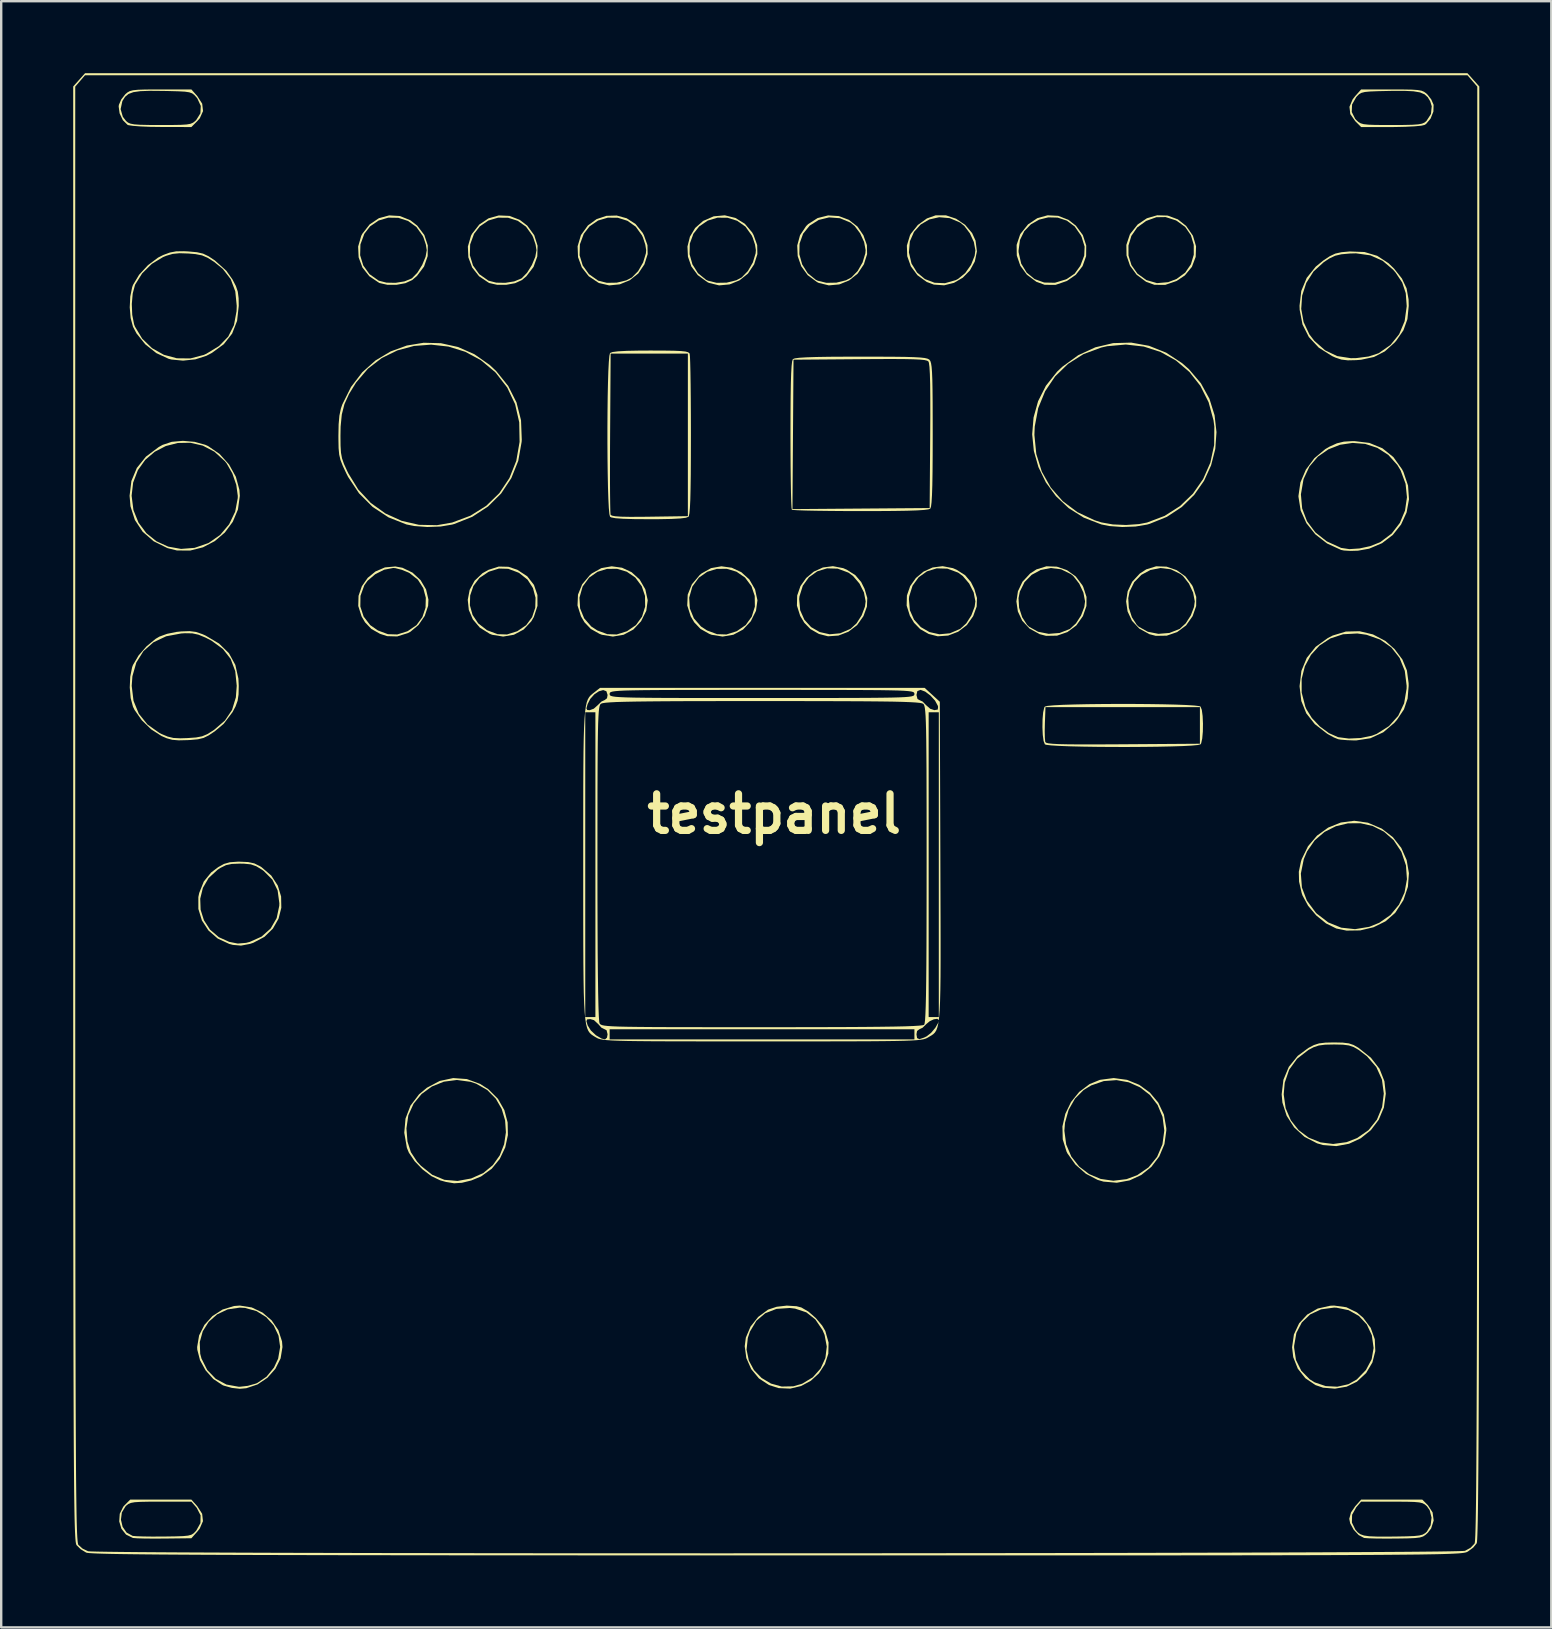
<source format=kicad_pcb>
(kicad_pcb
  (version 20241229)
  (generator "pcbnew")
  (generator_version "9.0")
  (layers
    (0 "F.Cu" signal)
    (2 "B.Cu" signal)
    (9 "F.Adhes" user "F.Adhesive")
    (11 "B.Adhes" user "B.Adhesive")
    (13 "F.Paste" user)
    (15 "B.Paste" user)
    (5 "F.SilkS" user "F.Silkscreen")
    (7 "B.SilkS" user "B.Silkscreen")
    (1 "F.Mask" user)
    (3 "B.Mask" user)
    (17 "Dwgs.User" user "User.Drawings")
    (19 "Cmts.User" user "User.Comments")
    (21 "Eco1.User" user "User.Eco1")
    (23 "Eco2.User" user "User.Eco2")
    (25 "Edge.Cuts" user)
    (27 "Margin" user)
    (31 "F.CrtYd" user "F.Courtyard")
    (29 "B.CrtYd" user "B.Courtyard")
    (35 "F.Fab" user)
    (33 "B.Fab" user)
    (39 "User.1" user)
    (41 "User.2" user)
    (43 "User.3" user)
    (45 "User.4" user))
  (footprint "testpanel"
    (layer "F.Cu")
    (at 29.21 30.861)
    (property "Reference" "testpanel" (at 0 0 0) (layer "F.SilkS") (effects (font (size 1.524 1.524) (thickness 0.3))))
    (attr board_only exclude_from_pos_files exclude_from_bom)
    (fp_poly (pts (xy 7.154 -24.939) (xy 7.576 -24.798) (xy 7.954 -24.543) (xy 8.246 -24.199) (xy 8.389 -23.885) (xy 8.446 -23.438) (xy 8.359 -23.017) (xy 8.154 -22.644) (xy 7.857 -22.34) (xy 7.491 -22.126) (xy 7.081 -22.023) (xy 6.652 -22.052) (xy 6.356 -22.162) (xy 5.969 -22.442) (xy 5.694 -22.811) (xy 5.543 -23.235) (xy 5.537 -23.395) (xy 5.612 -23.395) (xy 5.72 -22.931) (xy 5.952 -22.556) (xy 6.28 -22.283) (xy 6.677 -22.13) (xy 7.113 -22.11) (xy 7.562 -22.238) (xy 7.662 -22.29) (xy 7.96 -22.535) (xy 8.202 -22.878) (xy 8.352 -23.256) (xy 8.382 -23.486) (xy 8.318 -23.828) (xy 8.153 -24.187) (xy 7.923 -24.493) (xy 7.752 -24.635) (xy 7.314 -24.821) (xy 6.875 -24.86) (xy 6.462 -24.767) (xy 6.103 -24.557) (xy 5.823 -24.247) (xy 5.651 -23.852) (xy 5.612 -23.395) (xy 5.537 -23.395) (xy 5.527 -23.678) (xy 5.657 -24.106) (xy 5.692 -24.17) (xy 5.985 -24.537) (xy 6.362 -24.809) (xy 6.727 -24.939)) (stroke (width 0) (type solid)) (fill yes) (layer "F.SilkS"))
    (fp_poly (pts (xy 16.396 -24.928) (xy 16.818 -24.771) (xy 17.163 -24.498) (xy 17.446 -24.09) (xy 17.577 -23.649) (xy 17.561 -23.207) (xy 17.404 -22.792) (xy 17.11 -22.435) (xy 16.767 -22.204) (xy 16.291 -22.04) (xy 15.841 -22.044) (xy 15.495 -22.17) (xy 15.101 -22.463) (xy 14.826 -22.838) (xy 14.68 -23.264) (xy 14.673 -23.68) (xy 14.76 -23.68) (xy 14.762 -23.263) (xy 14.886 -22.862) (xy 15.133 -22.512) (xy 15.502 -22.244) (xy 15.509 -22.24) (xy 15.95 -22.113) (xy 16.414 -22.153) (xy 16.767 -22.288) (xy 17.125 -22.552) (xy 17.363 -22.9) (xy 17.482 -23.298) (xy 17.481 -23.711) (xy 17.363 -24.107) (xy 17.126 -24.452) (xy 16.772 -24.71) (xy 16.73 -24.731) (xy 16.31 -24.866) (xy 15.922 -24.86) (xy 15.507 -24.709) (xy 15.491 -24.701) (xy 15.124 -24.433) (xy 14.881 -24.081) (xy 14.76 -23.68) (xy 14.673 -23.68) (xy 14.673 -23.707) (xy 14.816 -24.135) (xy 14.836 -24.17) (xy 15.145 -24.558) (xy 15.529 -24.817) (xy 15.956 -24.941)) (stroke (width 0) (type solid)) (fill yes) (layer "F.SilkS"))
    (fp_poly (pts (xy -6.342 -10.255) (xy -5.943 -10.069) (xy -5.609 -9.766) (xy -5.372 -9.357) (xy -5.371 -9.354) (xy -5.271 -8.9) (xy -5.331 -8.461) (xy -5.548 -8.025) (xy -5.87 -7.68) (xy -6.274 -7.463) (xy -6.722 -7.387) (xy -7.179 -7.461) (xy -7.279 -7.5) (xy -7.643 -7.705) (xy -7.905 -7.98) (xy -8.052 -8.23) (xy -8.196 -8.682) (xy -8.182 -9.006) (xy -8.115 -9.006) (xy -8.088 -8.559) (xy -7.92 -8.147) (xy -7.623 -7.806) (xy -7.369 -7.641) (xy -6.952 -7.486) (xy -6.563 -7.474) (xy -6.146 -7.605) (xy -6.13 -7.612) (xy -5.763 -7.864) (xy -5.508 -8.217) (xy -5.378 -8.634) (xy -5.384 -9.079) (xy -5.519 -9.483) (xy -5.79 -9.847) (xy -6.143 -10.089) (xy -6.546 -10.21) (xy -6.963 -10.208) (xy -7.363 -10.086) (xy -7.712 -9.842) (xy -7.977 -9.479) (xy -7.989 -9.453) (xy -8.115 -9.006) (xy -8.182 -9.006) (xy -8.177 -9.134) (xy -8.002 -9.565) (xy -7.676 -9.952) (xy -7.6 -10.016) (xy -7.204 -10.238) (xy -6.773 -10.315)) (stroke (width 0) (type solid)) (fill yes) (layer "F.SilkS"))
    (fp_poly (pts (xy -1.77 -10.255) (xy -1.371 -10.069) (xy -1.037 -9.766) (xy -0.8 -9.357) (xy -0.799 -9.354) (xy -0.699 -8.9) (xy -0.759 -8.461) (xy -0.976 -8.025) (xy -1.298 -7.68) (xy -1.702 -7.463) (xy -2.15 -7.387) (xy -2.607 -7.461) (xy -2.707 -7.5) (xy -3.071 -7.705) (xy -3.333 -7.98) (xy -3.48 -8.23) (xy -3.624 -8.682) (xy -3.61 -9.006) (xy -3.543 -9.006) (xy -3.516 -8.559) (xy -3.348 -8.147) (xy -3.051 -7.806) (xy -2.797 -7.641) (xy -2.38 -7.486) (xy -1.991 -7.474) (xy -1.574 -7.605) (xy -1.558 -7.612) (xy -1.191 -7.864) (xy -0.936 -8.217) (xy -0.806 -8.634) (xy -0.812 -9.079) (xy -0.947 -9.483) (xy -1.218 -9.847) (xy -1.571 -10.089) (xy -1.974 -10.21) (xy -2.391 -10.208) (xy -2.791 -10.086) (xy -3.14 -9.842) (xy -3.405 -9.479) (xy -3.417 -9.453) (xy -3.543 -9.006) (xy -3.61 -9.006) (xy -3.605 -9.134) (xy -3.43 -9.565) (xy -3.104 -9.952) (xy -3.028 -10.016) (xy -2.632 -10.238) (xy -2.201 -10.315)) (stroke (width 0) (type solid)) (fill yes) (layer "F.SilkS"))
    (fp_poly (pts (xy 11.835 -24.917) (xy 12.263 -24.749) (xy 12.57 -24.508) (xy 12.861 -24.112) (xy 13.001 -23.679) (xy 12.996 -23.24) (xy 12.849 -22.824) (xy 12.567 -22.462) (xy 12.195 -22.204) (xy 11.719 -22.04) (xy 11.269 -22.044) (xy 10.923 -22.17) (xy 10.529 -22.463) (xy 10.254 -22.838) (xy 10.108 -23.264) (xy 10.104 -23.466) (xy 10.181 -23.466) (xy 10.184 -23.395) (xy 10.291 -22.926) (xy 10.521 -22.551) (xy 10.849 -22.283) (xy 11.249 -22.138) (xy 11.695 -22.129) (xy 12.16 -22.271) (xy 12.195 -22.288) (xy 12.519 -22.509) (xy 12.745 -22.821) (xy 12.764 -22.857) (xy 12.918 -23.264) (xy 12.934 -23.634) (xy 12.812 -24.029) (xy 12.779 -24.1) (xy 12.52 -24.474) (xy 12.188 -24.72) (xy 11.812 -24.844) (xy 11.419 -24.854) (xy 11.038 -24.759) (xy 10.695 -24.564) (xy 10.419 -24.279) (xy 10.239 -23.91) (xy 10.181 -23.466) (xy 10.104 -23.466) (xy 10.101 -23.707) (xy 10.244 -24.135) (xy 10.264 -24.17) (xy 10.576 -24.561) (xy 10.962 -24.82) (xy 11.391 -24.94)) (stroke (width 0) (type solid)) (fill yes) (layer "F.SilkS"))
    (fp_poly (pts (xy -11.073 -10.294) (xy -10.704 -10.169) (xy -10.293 -9.9) (xy -10.012 -9.541) (xy -9.867 -9.119) (xy -9.865 -8.664) (xy -10.016 -8.204) (xy -10.12 -8.025) (xy -10.442 -7.68) (xy -10.846 -7.463) (xy -11.294 -7.387) (xy -11.751 -7.461) (xy -11.851 -7.5) (xy -12.265 -7.758) (xy -12.557 -8.101) (xy -12.726 -8.497) (xy -12.746 -8.689) (xy -12.681 -8.689) (xy -12.569 -8.29) (xy -12.334 -7.936) (xy -11.976 -7.659) (xy -11.941 -7.641) (xy -11.524 -7.486) (xy -11.135 -7.474) (xy -10.718 -7.605) (xy -10.702 -7.612) (xy -10.337 -7.86) (xy -10.088 -8.197) (xy -9.957 -8.59) (xy -9.945 -9.003) (xy -10.051 -9.404) (xy -10.277 -9.758) (xy -10.623 -10.032) (xy -10.665 -10.054) (xy -11.082 -10.21) (xy -11.47 -10.221) (xy -11.887 -10.091) (xy -11.904 -10.083) (xy -12.281 -9.831) (xy -12.536 -9.493) (xy -12.669 -9.101) (xy -12.681 -8.689) (xy -12.746 -8.689) (xy -12.77 -8.918) (xy -12.69 -9.333) (xy -12.485 -9.713) (xy -12.154 -10.027) (xy -11.905 -10.167) (xy -11.476 -10.304)) (stroke (width 0) (type solid)) (fill yes) (layer "F.SilkS"))
    (fp_poly (pts (xy 2.692 -24.908) (xy 3.111 -24.75) (xy 3.47 -24.469) (xy 3.715 -24.109) (xy 3.862 -23.698) (xy 3.87 -23.319) (xy 3.74 -22.91) (xy 3.733 -22.893) (xy 3.477 -22.51) (xy 3.124 -22.228) (xy 2.711 -22.06) (xy 2.276 -22.02) (xy 1.854 -22.123) (xy 1.784 -22.157) (xy 1.395 -22.445) (xy 1.125 -22.817) (xy 0.978 -23.24) (xy 0.975 -23.319) (xy 1.046 -23.319) (xy 1.164 -22.895) (xy 1.396 -22.527) (xy 1.73 -22.255) (xy 1.81 -22.215) (xy 2.173 -22.126) (xy 2.592 -22.134) (xy 2.99 -22.232) (xy 3.214 -22.349) (xy 3.474 -22.616) (xy 3.682 -22.976) (xy 3.797 -23.355) (xy 3.808 -23.489) (xy 3.746 -23.827) (xy 3.582 -24.185) (xy 3.353 -24.491) (xy 3.18 -24.635) (xy 2.741 -24.818) (xy 2.287 -24.853) (xy 1.854 -24.747) (xy 1.477 -24.509) (xy 1.203 -24.172) (xy 1.055 -23.758) (xy 1.046 -23.319) (xy 0.975 -23.319) (xy 0.959 -23.681) (xy 1.075 -24.109) (xy 1.329 -24.489) (xy 1.412 -24.571) (xy 1.808 -24.825) (xy 2.246 -24.935)) (stroke (width 0) (type solid)) (fill yes) (layer "F.SilkS"))
    (fp_poly (pts (xy 2.875 -10.237) (xy 3.03 -10.169) (xy 3.382 -9.943) (xy 3.624 -9.658) (xy 3.764 -9.376) (xy 3.877 -8.993) (xy 3.863 -8.636) (xy 3.719 -8.241) (xy 3.715 -8.234) (xy 3.453 -7.863) (xy 3.093 -7.589) (xy 2.677 -7.429) (xy 2.242 -7.398) (xy 1.865 -7.495) (xy 1.51 -7.697) (xy 1.254 -7.961) (xy 1.082 -8.249) (xy 0.946 -8.677) (xy 0.953 -8.947) (xy 1.04 -8.947) (xy 1.081 -8.484) (xy 1.255 -8.09) (xy 1.536 -7.781) (xy 1.896 -7.574) (xy 2.31 -7.482) (xy 2.749 -7.523) (xy 3.18 -7.708) (xy 3.431 -7.939) (xy 3.643 -8.271) (xy 3.78 -8.632) (xy 3.81 -8.856) (xy 3.739 -9.224) (xy 3.551 -9.597) (xy 3.284 -9.911) (xy 3.09 -10.052) (xy 2.644 -10.217) (xy 2.202 -10.229) (xy 1.794 -10.105) (xy 1.447 -9.858) (xy 1.191 -9.505) (xy 1.052 -9.06) (xy 1.04 -8.947) (xy 0.953 -8.947) (xy 0.957 -9.097) (xy 1.092 -9.488) (xy 1.331 -9.827) (xy 1.65 -10.093) (xy 2.028 -10.265) (xy 2.444 -10.32)) (stroke (width 0) (type solid)) (fill yes) (layer "F.SilkS"))
    (fp_poly (pts (xy 7.447 -10.237) (xy 7.602 -10.169) (xy 7.954 -9.943) (xy 8.196 -9.658) (xy 8.336 -9.376) (xy 8.449 -8.993) (xy 8.435 -8.636) (xy 8.291 -8.241) (xy 8.287 -8.234) (xy 8.025 -7.863) (xy 7.665 -7.589) (xy 7.249 -7.429) (xy 6.814 -7.398) (xy 6.437 -7.495) (xy 6.082 -7.697) (xy 5.826 -7.961) (xy 5.654 -8.249) (xy 5.518 -8.677) (xy 5.525 -8.947) (xy 5.612 -8.947) (xy 5.653 -8.484) (xy 5.827 -8.09) (xy 6.108 -7.781) (xy 6.468 -7.574) (xy 6.882 -7.482) (xy 7.321 -7.523) (xy 7.752 -7.708) (xy 8.003 -7.939) (xy 8.215 -8.271) (xy 8.352 -8.632) (xy 8.382 -8.856) (xy 8.311 -9.224) (xy 8.123 -9.597) (xy 7.856 -9.911) (xy 7.662 -10.052) (xy 7.216 -10.217) (xy 6.774 -10.229) (xy 6.366 -10.105) (xy 6.019 -9.858) (xy 5.763 -9.505) (xy 5.624 -9.06) (xy 5.612 -8.947) (xy 5.525 -8.947) (xy 5.529 -9.097) (xy 5.664 -9.488) (xy 5.903 -9.827) (xy 6.222 -10.093) (xy 6.6 -10.265) (xy 7.016 -10.32)) (stroke (width 0) (type solid)) (fill yes) (layer "F.SilkS"))
    (fp_poly (pts (xy 23.838 20.559) (xy 24.28 20.775) (xy 24.537 20.994) (xy 24.855 21.42) (xy 25.024 21.893) (xy 25.046 22.383) (xy 24.925 22.861) (xy 24.664 23.3) (xy 24.278 23.661) (xy 23.853 23.868) (xy 23.364 23.952) (xy 22.869 23.91) (xy 22.554 23.803) (xy 22.132 23.517) (xy 21.816 23.118) (xy 21.626 22.638) (xy 21.58 22.243) (xy 21.663 22.243) (xy 21.74 22.757) (xy 21.962 23.205) (xy 22.311 23.56) (xy 22.522 23.691) (xy 22.98 23.845) (xy 23.462 23.87) (xy 23.921 23.768) (xy 24.275 23.568) (xy 24.656 23.173) (xy 24.894 22.725) (xy 24.975 22.257) (xy 24.902 21.728) (xy 24.691 21.276) (xy 24.361 20.92) (xy 23.932 20.68) (xy 23.425 20.577) (xy 23.326 20.574) (xy 22.784 20.647) (xy 22.332 20.858) (xy 21.985 21.19) (xy 21.757 21.629) (xy 21.664 22.162) (xy 21.663 22.243) (xy 21.58 22.243) (xy 21.578 22.228) (xy 21.655 21.691) (xy 21.871 21.23) (xy 22.209 20.864) (xy 22.647 20.613) (xy 23.167 20.496) (xy 23.326 20.489)) (stroke (width 0) (type solid)) (fill yes) (layer "F.SilkS"))
    (fp_poly (pts (xy -15.49 -10.253) (xy -15.072 -10.051) (xy -14.736 -9.738) (xy -14.507 -9.351) (xy -14.408 -8.924) (xy -14.421 -8.667) (xy -14.562 -8.247) (xy -14.822 -7.869) (xy -15.159 -7.587) (xy -15.267 -7.531) (xy -15.711 -7.392) (xy -16.127 -7.404) (xy -16.423 -7.5) (xy -16.787 -7.705) (xy -17.049 -7.98) (xy -17.196 -8.23) (xy -17.324 -8.636) (xy -17.246 -8.636) (xy -17.108 -8.219) (xy -16.836 -7.865) (xy -16.513 -7.641) (xy -16.096 -7.486) (xy -15.707 -7.474) (xy -15.29 -7.605) (xy -15.274 -7.612) (xy -14.909 -7.86) (xy -14.66 -8.197) (xy -14.529 -8.59) (xy -14.517 -9.003) (xy -14.623 -9.404) (xy -14.849 -9.758) (xy -15.195 -10.032) (xy -15.237 -10.054) (xy -15.517 -10.169) (xy -15.785 -10.237) (xy -15.875 -10.245) (xy -16.251 -10.173) (xy -16.628 -9.983) (xy -16.945 -9.712) (xy -17.08 -9.525) (xy -17.24 -9.082) (xy -17.246 -8.636) (xy -17.324 -8.636) (xy -17.332 -8.66) (xy -17.32 -9.086) (xy -17.182 -9.485) (xy -16.939 -9.832) (xy -16.612 -10.101) (xy -16.221 -10.268) (xy -15.788 -10.308)) (stroke (width 0) (type solid)) (fill yes) (layer "F.SilkS"))
    (fp_poly (pts (xy -1.616 -24.829) (xy -1.223 -24.586) (xy -0.919 -24.224) (xy -0.857 -24.109) (xy -0.71 -23.698) (xy -0.702 -23.319) (xy -0.832 -22.91) (xy -0.839 -22.893) (xy -1.095 -22.51) (xy -1.448 -22.228) (xy -1.861 -22.06) (xy -2.296 -22.02) (xy -2.718 -22.123) (xy -2.788 -22.157) (xy -3.185 -22.447) (xy -3.453 -22.809) (xy -3.595 -23.216) (xy -3.6 -23.32) (xy -3.527 -23.32) (xy -3.409 -22.897) (xy -3.177 -22.528) (xy -2.844 -22.256) (xy -2.762 -22.215) (xy -2.399 -22.126) (xy -1.98 -22.134) (xy -1.582 -22.232) (xy -1.358 -22.349) (xy -1.098 -22.616) (xy -0.89 -22.976) (xy -0.775 -23.355) (xy -0.764 -23.489) (xy -0.8 -23.72) (xy -0.893 -24.001) (xy -0.937 -24.1) (xy -1.198 -24.467) (xy -1.546 -24.713) (xy -1.946 -24.838) (xy -2.365 -24.841) (xy -2.77 -24.72) (xy -3.128 -24.475) (xy -3.369 -24.168) (xy -3.518 -23.757) (xy -3.527 -23.32) (xy -3.6 -23.32) (xy -3.615 -23.639) (xy -3.513 -24.047) (xy -3.294 -24.412) (xy -2.961 -24.706) (xy -2.522 -24.897) (xy -2.06 -24.939)) (stroke (width 0) (type solid)) (fill yes) (layer "F.SilkS"))
    (fp_poly (pts (xy 11.779 -10.299) (xy 12.199 -10.153) (xy 12.565 -9.89) (xy 12.84 -9.524) (xy 12.877 -9.45) (xy 13.012 -9.038) (xy 13.009 -8.66) (xy 12.867 -8.251) (xy 12.859 -8.234) (xy 12.587 -7.849) (xy 12.216 -7.574) (xy 11.785 -7.425) (xy 11.329 -7.417) (xy 11.065 -7.485) (xy 10.64 -7.719) (xy 10.335 -8.044) (xy 10.152 -8.432) (xy 10.091 -8.852) (xy 10.112 -8.986) (xy 10.18 -8.986) (xy 10.204 -8.587) (xy 10.331 -8.193) (xy 10.537 -7.873) (xy 10.619 -7.795) (xy 10.994 -7.587) (xy 11.436 -7.5) (xy 11.894 -7.537) (xy 12.313 -7.701) (xy 12.33 -7.712) (xy 12.575 -7.939) (xy 12.785 -8.266) (xy 12.921 -8.622) (xy 12.952 -8.853) (xy 12.883 -9.218) (xy 12.708 -9.593) (xy 12.465 -9.904) (xy 12.36 -9.991) (xy 11.95 -10.191) (xy 11.521 -10.243) (xy 11.104 -10.161) (xy 10.73 -9.961) (xy 10.43 -9.656) (xy 10.234 -9.26) (xy 10.18 -8.986) (xy 10.112 -8.986) (xy 10.155 -9.275) (xy 10.345 -9.672) (xy 10.663 -10.013) (xy 10.928 -10.186) (xy 11.343 -10.315)) (stroke (width 0) (type solid)) (fill yes) (layer "F.SilkS"))
    (fp_poly (pts (xy 16.351 -10.299) (xy 16.771 -10.153) (xy 17.137 -9.89) (xy 17.412 -9.524) (xy 17.449 -9.45) (xy 17.584 -9.038) (xy 17.581 -8.66) (xy 17.439 -8.251) (xy 17.431 -8.234) (xy 17.159 -7.849) (xy 16.788 -7.574) (xy 16.357 -7.425) (xy 15.901 -7.417) (xy 15.637 -7.485) (xy 15.212 -7.719) (xy 14.907 -8.044) (xy 14.724 -8.432) (xy 14.663 -8.852) (xy 14.684 -8.986) (xy 14.752 -8.986) (xy 14.776 -8.587) (xy 14.903 -8.193) (xy 15.109 -7.873) (xy 15.191 -7.795) (xy 15.566 -7.587) (xy 16.008 -7.5) (xy 16.466 -7.537) (xy 16.885 -7.701) (xy 16.902 -7.712) (xy 17.147 -7.939) (xy 17.357 -8.266) (xy 17.493 -8.622) (xy 17.524 -8.853) (xy 17.455 -9.218) (xy 17.28 -9.593) (xy 17.037 -9.904) (xy 16.932 -9.991) (xy 16.522 -10.191) (xy 16.093 -10.243) (xy 15.676 -10.161) (xy 15.302 -9.961) (xy 15.002 -9.656) (xy 14.806 -9.26) (xy 14.752 -8.986) (xy 14.684 -8.986) (xy 14.727 -9.275) (xy 14.917 -9.672) (xy 15.235 -10.013) (xy 15.5 -10.186) (xy 15.915 -10.315)) (stroke (width 0) (type solid)) (fill yes) (layer "F.SilkS"))
    (fp_poly (pts (xy -15.598 -24.91) (xy -15.166 -24.736) (xy -14.875 -24.51) (xy -14.579 -24.118) (xy -14.435 -23.684) (xy -14.44 -23.237) (xy -14.592 -22.803) (xy -14.888 -22.411) (xy -15.088 -22.24) (xy -15.369 -22.111) (xy -15.736 -22.044) (xy -16.118 -22.044) (xy -16.442 -22.117) (xy -16.468 -22.129) (xy -16.87 -22.399) (xy -17.157 -22.762) (xy -17.316 -23.186) (xy -17.321 -23.276) (xy -17.254 -23.276) (xy -17.125 -22.853) (xy -16.866 -22.49) (xy -16.488 -22.222) (xy -16.468 -22.213) (xy -16.155 -22.133) (xy -15.776 -22.126) (xy -15.404 -22.186) (xy -15.111 -22.306) (xy -15.088 -22.322) (xy -14.868 -22.55) (xy -14.669 -22.87) (xy -14.527 -23.212) (xy -14.478 -23.486) (xy -14.516 -23.722) (xy -14.61 -24.003) (xy -14.646 -24.082) (xy -14.911 -24.455) (xy -15.261 -24.706) (xy -15.662 -24.835) (xy -16.081 -24.842) (xy -16.484 -24.723) (xy -16.839 -24.479) (xy -17.08 -24.168) (xy -17.242 -23.726) (xy -17.254 -23.276) (xy -17.321 -23.276) (xy -17.337 -23.638) (xy -17.208 -24.084) (xy -17.163 -24.17) (xy -16.856 -24.562) (xy -16.473 -24.819) (xy -16.044 -24.936)) (stroke (width 0) (type solid)) (fill yes) (layer "F.SilkS"))
    (fp_poly (pts (xy -11.032 -24.915) (xy -10.605 -24.751) (xy -10.29 -24.508) (xy -10 -24.111) (xy -9.861 -23.674) (xy -9.872 -23.224) (xy -10.029 -22.789) (xy -10.329 -22.398) (xy -10.516 -22.24) (xy -10.797 -22.111) (xy -11.164 -22.044) (xy -11.546 -22.044) (xy -11.87 -22.117) (xy -11.896 -22.129) (xy -12.298 -22.399) (xy -12.585 -22.762) (xy -12.744 -23.186) (xy -12.749 -23.276) (xy -12.682 -23.276) (xy -12.553 -22.853) (xy -12.294 -22.49) (xy -11.916 -22.222) (xy -11.896 -22.213) (xy -11.583 -22.133) (xy -11.204 -22.126) (xy -10.832 -22.186) (xy -10.539 -22.306) (xy -10.516 -22.322) (xy -10.296 -22.55) (xy -10.097 -22.87) (xy -9.955 -23.212) (xy -9.906 -23.486) (xy -9.943 -23.719) (xy -10.037 -24.001) (xy -10.081 -24.1) (xy -10.342 -24.466) (xy -10.689 -24.712) (xy -11.089 -24.838) (xy -11.508 -24.841) (xy -11.912 -24.722) (xy -12.266 -24.479) (xy -12.508 -24.168) (xy -12.67 -23.726) (xy -12.682 -23.276) (xy -12.749 -23.276) (xy -12.765 -23.638) (xy -12.636 -24.084) (xy -12.591 -24.17) (xy -12.287 -24.557) (xy -11.905 -24.813) (xy -11.476 -24.934)) (stroke (width 0) (type solid)) (fill yes) (layer "F.SilkS"))
    (fp_poly (pts (xy -6.148 -24.816) (xy -5.777 -24.576) (xy -5.483 -24.211) (xy -5.429 -24.109) (xy -5.282 -23.698) (xy -5.274 -23.319) (xy -5.404 -22.91) (xy -5.411 -22.893) (xy -5.665 -22.515) (xy -6.02 -22.234) (xy -6.437 -22.063) (xy -6.876 -22.019) (xy -7.298 -22.117) (xy -7.324 -22.129) (xy -7.729 -22.4) (xy -8.016 -22.766) (xy -8.174 -23.194) (xy -8.178 -23.276) (xy -8.11 -23.276) (xy -7.981 -22.853) (xy -7.722 -22.49) (xy -7.344 -22.222) (xy -7.324 -22.213) (xy -6.973 -22.126) (xy -6.562 -22.133) (xy -6.168 -22.227) (xy -5.93 -22.349) (xy -5.67 -22.616) (xy -5.462 -22.976) (xy -5.347 -23.355) (xy -5.336 -23.489) (xy -5.372 -23.72) (xy -5.465 -24.001) (xy -5.509 -24.1) (xy -5.77 -24.466) (xy -6.117 -24.712) (xy -6.517 -24.838) (xy -6.936 -24.841) (xy -7.34 -24.722) (xy -7.694 -24.479) (xy -7.936 -24.168) (xy -8.098 -23.726) (xy -8.11 -23.276) (xy -8.178 -23.276) (xy -8.192 -23.65) (xy -8.057 -24.103) (xy -8.046 -24.125) (xy -7.764 -24.516) (xy -7.402 -24.78) (xy -6.991 -24.918) (xy -6.563 -24.93)) (stroke (width 0) (type solid)) (fill yes) (layer "F.SilkS"))
    (fp_poly (pts (xy 0.928 20.516) (xy 1.128 20.568) (xy 1.426 20.74) (xy 1.735 21.011) (xy 1.998 21.325) (xy 2.128 21.547) (xy 2.265 22.028) (xy 2.254 22.495) (xy 2.113 22.929) (xy 1.864 23.311) (xy 1.526 23.622) (xy 1.12 23.841) (xy 0.666 23.95) (xy 0.185 23.929) (xy -0.218 23.8) (xy -0.638 23.523) (xy -0.958 23.137) (xy -1.162 22.678) (xy -1.21 22.325) (xy -1.152 22.325) (xy -1.059 22.779) (xy -0.843 23.179) (xy -0.527 23.506) (xy -0.134 23.74) (xy 0.312 23.863) (xy 0.791 23.854) (xy 1.166 23.745) (xy 1.608 23.478) (xy 1.934 23.111) (xy 2.132 22.675) (xy 2.19 22.198) (xy 2.099 21.712) (xy 2.011 21.507) (xy 1.712 21.065) (xy 1.337 20.771) (xy 0.871 20.616) (xy 0.646 20.59) (xy 0.094 20.627) (xy -0.373 20.808) (xy -0.745 21.125) (xy -1.011 21.572) (xy -1.1 21.836) (xy -1.152 22.325) (xy -1.21 22.325) (xy -1.229 22.185) (xy -1.183 21.827) (xy -0.988 21.367) (xy -0.667 20.962) (xy -0.264 20.664) (xy -0.249 20.656) (xy 0.104 20.539) (xy 0.524 20.491)) (stroke (width 0) (type solid)) (fill yes) (layer "F.SilkS"))
    (fp_poly (pts (xy -24.038 28.852) (xy -23.837 29.165) (xy -23.803 29.472) (xy -23.938 29.782) (xy -24.038 29.907) (xy -24.285 30.184) (xy -25.414 30.197) (xy -25.849 30.199) (xy -26.235 30.196) (xy -26.535 30.187) (xy -26.709 30.174) (xy -26.723 30.172) (xy -27.007 30.033) (xy -27.2 29.79) (xy -27.292 29.485) (xy -27.287 29.41) (xy -27.221 29.41) (xy -27.152 29.705) (xy -26.987 29.946) (xy -26.739 30.083) (xy -26.725 30.087) (xy -26.574 30.1) (xy -26.293 30.11) (xy -25.918 30.115) (xy -25.488 30.113) (xy -25.414 30.113) (xy -24.957 30.106) (xy -24.639 30.096) (xy -24.426 30.075) (xy -24.288 30.039) (xy -24.193 29.98) (xy -24.108 29.894) (xy -24.08 29.861) (xy -23.908 29.552) (xy -23.902 29.23) (xy -24.062 28.919) (xy -24.08 28.897) (xy -24.285 28.66) (xy -25.56 28.66) (xy -26.052 28.661) (xy -26.405 28.668) (xy -26.646 28.683) (xy -26.806 28.712) (xy -26.913 28.757) (xy -26.997 28.823) (xy -27.026 28.851) (xy -27.183 29.109) (xy -27.221 29.41) (xy -27.287 29.41) (xy -27.27 29.164) (xy -27.125 28.871) (xy -27.068 28.808) (xy -26.835 28.575) (xy -24.285 28.575)) (stroke (width 0) (type solid)) (fill yes) (layer "F.SilkS"))
    (fp_poly (pts (xy -21.772 20.567) (xy -21.32 20.782) (xy -20.941 21.107) (xy -20.662 21.515) (xy -20.509 21.98) (xy -20.49 22.215) (xy -20.568 22.69) (xy -20.787 23.127) (xy -21.117 23.498) (xy -21.531 23.776) (xy -21.998 23.933) (xy -22.267 23.957) (xy -22.6 23.919) (xy -22.935 23.825) (xy -22.993 23.8) (xy -23.371 23.55) (xy -23.693 23.188) (xy -23.926 22.765) (xy -24.039 22.33) (xy -24.045 22.215) (xy -24.011 22.014) (xy -23.937 22.014) (xy -23.918 22.497) (xy -23.864 22.699) (xy -23.623 23.176) (xy -23.269 23.542) (xy -22.824 23.78) (xy -22.312 23.872) (xy -22.267 23.872) (xy -21.934 23.834) (xy -21.597 23.739) (xy -21.538 23.714) (xy -21.156 23.454) (xy -20.845 23.073) (xy -20.67 22.699) (xy -20.587 22.21) (xy -20.655 21.743) (xy -20.854 21.321) (xy -21.166 20.972) (xy -21.572 20.719) (xy -22.052 20.587) (xy -22.267 20.574) (xy -22.774 20.648) (xy -23.212 20.855) (xy -23.565 21.168) (xy -23.813 21.563) (xy -23.937 22.014) (xy -24.011 22.014) (xy -23.964 21.733) (xy -23.742 21.294) (xy -23.407 20.926) (xy -22.987 20.655) (xy -22.509 20.508) (xy -22.267 20.489)) (stroke (width 0) (type solid)) (fill yes) (layer "F.SilkS"))
    (fp_poly (pts (xy 14.701 11.084) (xy 15.21 11.291) (xy 15.651 11.613) (xy 16.002 12.033) (xy 16.238 12.533) (xy 16.337 13.095) (xy 16.339 13.186) (xy 16.26 13.761) (xy 16.045 14.274) (xy 15.716 14.708) (xy 15.297 15.046) (xy 14.809 15.273) (xy 14.276 15.371) (xy 13.721 15.324) (xy 13.477 15.253) (xy 12.988 14.998) (xy 12.553 14.617) (xy 12.222 14.155) (xy 12.182 14.077) (xy 12.022 13.564) (xy 12.014 13.203) (xy 12.09 13.203) (xy 12.166 13.776) (xy 12.378 14.278) (xy 12.704 14.694) (xy 13.12 15.01) (xy 13.603 15.213) (xy 14.131 15.288) (xy 14.681 15.222) (xy 15.127 15.055) (xy 15.599 14.729) (xy 15.954 14.292) (xy 16.177 13.769) (xy 16.254 13.197) (xy 16.181 12.628) (xy 15.974 12.13) (xy 15.655 11.716) (xy 15.247 11.398) (xy 14.776 11.187) (xy 14.263 11.095) (xy 13.732 11.135) (xy 13.207 11.316) (xy 12.892 11.508) (xy 12.532 11.867) (xy 12.267 12.334) (xy 12.117 12.867) (xy 12.09 13.203) (xy 12.014 13.203) (xy 12.009 13.028) (xy 12.129 12.5) (xy 12.366 12.009) (xy 12.708 11.586) (xy 13.14 11.261) (xy 13.571 11.084) (xy 14.147 11.009)) (stroke (width 0) (type solid)) (fill yes) (layer "F.SilkS"))
    (fp_poly (pts (xy 27.238 28.808) (xy 27.433 29.11) (xy 27.478 29.447) (xy 27.373 29.776) (xy 27.238 29.951) (xy 27.137 30.045) (xy 27.037 30.11) (xy 26.903 30.152) (xy 26.704 30.176) (xy 26.407 30.189) (xy 25.979 30.196) (xy 25.885 30.197) (xy 25.451 30.199) (xy 25.064 30.195) (xy 24.765 30.186) (xy 24.59 30.173) (xy 24.577 30.171) (xy 24.353 30.052) (xy 24.145 29.829) (xy 23.999 29.564) (xy 23.992 29.529) (xy 24.07 29.529) (xy 24.216 29.828) (xy 24.314 29.939) (xy 24.425 30.018) (xy 24.577 30.071) (xy 24.798 30.102) (xy 25.116 30.115) (xy 25.559 30.116) (xy 25.885 30.113) (xy 26.344 30.105) (xy 26.666 30.092) (xy 26.882 30.069) (xy 27.024 30.031) (xy 27.125 29.972) (xy 27.195 29.908) (xy 27.351 29.643) (xy 27.39 29.323) (xy 27.31 29.014) (xy 27.195 28.851) (xy 27.112 28.777) (xy 27.016 28.725) (xy 26.878 28.691) (xy 26.668 28.672) (xy 26.357 28.663) (xy 25.916 28.66) (xy 25.729 28.66) (xy 24.454 28.66) (xy 24.25 28.897) (xy 24.079 29.206) (xy 24.07 29.529) (xy 23.992 29.529) (xy 23.961 29.374) (xy 24.032 29.11) (xy 24.208 28.852) (xy 24.455 28.575) (xy 27.005 28.575)) (stroke (width 0) (type solid)) (fill yes) (layer "F.SilkS"))
    (fp_poly (pts (xy -12.808 11.051) (xy -12.257 11.252) (xy -11.915 11.471) (xy -11.511 11.875) (xy -11.244 12.346) (xy -11.108 12.858) (xy -11.097 13.385) (xy -11.208 13.9) (xy -11.435 14.377) (xy -11.773 14.79) (xy -12.218 15.11) (xy -12.623 15.277) (xy -13.013 15.373) (xy -13.337 15.394) (xy -13.678 15.338) (xy -13.918 15.271) (xy -14.284 15.096) (xy -14.654 14.815) (xy -14.983 14.474) (xy -15.224 14.117) (xy -15.306 13.918) (xy -15.415 13.288) (xy -15.399 13.109) (xy -15.325 13.109) (xy -15.282 13.654) (xy -15.139 14.099) (xy -14.879 14.493) (xy -14.722 14.663) (xy -14.251 15.039) (xy -13.744 15.249) (xy -13.195 15.297) (xy -12.626 15.193) (xy -12.12 14.966) (xy -11.723 14.636) (xy -11.434 14.226) (xy -11.253 13.763) (xy -11.18 13.27) (xy -11.213 12.773) (xy -11.355 12.297) (xy -11.603 11.867) (xy -11.958 11.507) (xy -12.419 11.244) (xy -12.656 11.165) (xy -13.222 11.089) (xy -13.766 11.16) (xy -14.263 11.36) (xy -14.692 11.672) (xy -15.027 12.078) (xy -15.246 12.562) (xy -15.325 13.106) (xy -15.325 13.109) (xy -15.399 13.109) (xy -15.363 12.697) (xy -15.156 12.158) (xy -14.799 11.687) (xy -14.471 11.412) (xy -13.937 11.13) (xy -13.376 11.01)) (stroke (width 0) (type solid)) (fill yes) (layer "F.SilkS"))
    (fp_poly (pts (xy -24.155 -15.501) (xy -23.711 -15.379) (xy -23.59 -15.325) (xy -23.11 -14.995) (xy -22.716 -14.557) (xy -22.433 -14.046) (xy -22.284 -13.5) (xy -22.267 -13.25) (xy -22.345 -12.683) (xy -22.561 -12.168) (xy -22.892 -11.721) (xy -23.314 -11.362) (xy -23.803 -11.106) (xy -24.335 -10.971) (xy -24.887 -10.974) (xy -25.281 -11.072) (xy -25.858 -11.358) (xy -26.315 -11.754) (xy -26.64 -12.244) (xy -26.823 -12.815) (xy -26.86 -13.25) (xy -26.86 -13.257) (xy -26.776 -13.257) (xy -26.7 -12.659) (xy -26.489 -12.134) (xy -26.162 -11.696) (xy -25.744 -11.359) (xy -25.254 -11.135) (xy -24.716 -11.039) (xy -24.151 -11.083) (xy -23.58 -11.281) (xy -23.558 -11.293) (xy -23.085 -11.623) (xy -22.712 -12.067) (xy -22.461 -12.59) (xy -22.354 -13.155) (xy -22.352 -13.25) (xy -22.414 -13.707) (xy -22.579 -14.185) (xy -22.818 -14.604) (xy -22.89 -14.694) (xy -23.327 -15.091) (xy -23.814 -15.344) (xy -24.33 -15.462) (xy -24.85 -15.453) (xy -25.351 -15.326) (xy -25.811 -15.089) (xy -26.207 -14.751) (xy -26.515 -14.32) (xy -26.712 -13.804) (xy -26.776 -13.257) (xy -26.86 -13.257) (xy -26.785 -13.869) (xy -26.558 -14.413) (xy -26.179 -14.884) (xy -25.647 -15.283) (xy -25.485 -15.374) (xy -25.104 -15.501) (xy -24.64 -15.542)) (stroke (width 0) (type solid)) (fill yes) (layer "F.SilkS"))
    (fp_poly (pts (xy -21.919 2.009) (xy -21.663 2.065) (xy -21.426 2.182) (xy -21.366 2.22) (xy -20.958 2.571) (xy -20.686 2.988) (xy -20.547 3.444) (xy -20.538 3.914) (xy -20.653 4.368) (xy -20.889 4.781) (xy -21.241 5.125) (xy -21.706 5.373) (xy -21.851 5.421) (xy -22.218 5.49) (xy -22.557 5.46) (xy -22.711 5.419) (xy -23.189 5.196) (xy -23.574 4.86) (xy -23.848 4.44) (xy -23.994 3.965) (xy -23.995 3.536) (xy -23.917 3.536) (xy -23.901 3.995) (xy -23.763 4.434) (xy -23.509 4.825) (xy -23.142 5.139) (xy -22.711 5.334) (xy -22.351 5.405) (xy -22.007 5.376) (xy -21.852 5.336) (xy -21.362 5.116) (xy -20.984 4.779) (xy -20.732 4.344) (xy -20.624 3.833) (xy -20.62 3.725) (xy -20.692 3.191) (xy -20.911 2.742) (xy -21.276 2.376) (xy -21.343 2.328) (xy -21.585 2.182) (xy -21.809 2.105) (xy -22.089 2.077) (xy -22.267 2.074) (xy -22.602 2.087) (xy -22.844 2.138) (xy -23.067 2.248) (xy -23.191 2.328) (xy -23.567 2.674) (xy -23.807 3.086) (xy -23.917 3.536) (xy -23.995 3.536) (xy -23.995 3.466) (xy -23.959 3.295) (xy -23.768 2.819) (xy -23.464 2.445) (xy -23.168 2.22) (xy -22.925 2.086) (xy -22.681 2.017) (xy -22.36 1.994) (xy -22.267 1.994)) (stroke (width 0) (type solid)) (fill yes) (layer "F.SilkS"))
    (fp_poly (pts (xy 24.736 0.369) (xy 24.742 0.371) (xy 25.315 0.616) (xy 25.779 0.973) (xy 26.127 1.418) (xy 26.352 1.926) (xy 26.447 2.474) (xy 26.405 3.038) (xy 26.218 3.594) (xy 25.88 4.118) (xy 25.868 4.132) (xy 25.47 4.479) (xy 24.972 4.725) (xy 24.417 4.857) (xy 23.847 4.865) (xy 23.42 4.777) (xy 22.995 4.567) (xy 22.589 4.237) (xy 22.246 3.832) (xy 22.012 3.4) (xy 21.978 3.299) (xy 21.869 2.824) (xy 21.861 2.489) (xy 21.944 2.489) (xy 21.988 3.07) (xy 22.194 3.614) (xy 22.56 4.109) (xy 22.603 4.154) (xy 23.085 4.524) (xy 23.625 4.743) (xy 24.202 4.805) (xy 24.792 4.708) (xy 25.21 4.54) (xy 25.678 4.214) (xy 26.033 3.783) (xy 26.264 3.277) (xy 26.364 2.722) (xy 26.323 2.149) (xy 26.133 1.585) (xy 26.131 1.583) (xy 25.812 1.1) (xy 25.406 0.742) (xy 24.936 0.506) (xy 24.429 0.392) (xy 23.909 0.395) (xy 23.402 0.516) (xy 22.932 0.752) (xy 22.524 1.101) (xy 22.204 1.561) (xy 22.066 1.887) (xy 21.944 2.489) (xy 21.861 2.489) (xy 21.859 2.413) (xy 21.947 1.99) (xy 21.98 1.887) (xy 22.241 1.351) (xy 22.618 0.908) (xy 23.083 0.573) (xy 23.609 0.362) (xy 24.169 0.289)) (stroke (width 0) (type solid)) (fill yes) (layer "F.SilkS"))
    (fp_poly (pts (xy 23.69 9.533) (xy 23.943 9.564) (xy 24.141 9.631) (xy 24.34 9.746) (xy 24.342 9.747) (xy 24.861 10.161) (xy 25.221 10.622) (xy 25.426 11.141) (xy 25.483 11.662) (xy 25.404 12.235) (xy 25.189 12.746) (xy 24.86 13.18) (xy 24.44 13.518) (xy 23.953 13.746) (xy 23.421 13.845) (xy 22.868 13.8) (xy 22.621 13.729) (xy 22.095 13.458) (xy 21.665 13.066) (xy 21.353 12.583) (xy 21.176 12.034) (xy 21.144 11.689) (xy 21.229 11.689) (xy 21.31 12.267) (xy 21.526 12.769) (xy 21.854 13.182) (xy 22.273 13.493) (xy 22.759 13.689) (xy 23.291 13.756) (xy 23.845 13.681) (xy 24.287 13.51) (xy 24.762 13.18) (xy 25.113 12.742) (xy 25.33 12.216) (xy 25.4 11.655) (xy 25.322 11.07) (xy 25.088 10.552) (xy 24.699 10.101) (xy 24.349 9.835) (xy 24.146 9.718) (xy 23.948 9.65) (xy 23.697 9.618) (xy 23.336 9.61) (xy 23.326 9.61) (xy 22.955 9.618) (xy 22.692 9.652) (xy 22.475 9.724) (xy 22.259 9.838) (xy 21.786 10.205) (xy 21.456 10.662) (xy 21.271 11.204) (xy 21.229 11.689) (xy 21.144 11.689) (xy 21.217 11.082) (xy 21.442 10.543) (xy 21.814 10.084) (xy 22.254 9.757) (xy 22.485 9.635) (xy 22.703 9.565) (xy 22.968 9.533) (xy 23.326 9.525)) (stroke (width 0) (type solid)) (fill yes) (layer "F.SilkS"))
    (fp_poly (pts (xy 24.797 -15.456) (xy 25.341 -15.233) (xy 25.798 -14.866) (xy 26.159 -14.36) (xy 26.216 -14.25) (xy 26.41 -13.678) (xy 26.45 -13.106) (xy 26.349 -12.557) (xy 26.119 -12.055) (xy 25.774 -11.62) (xy 25.326 -11.278) (xy 24.79 -11.049) (xy 24.322 -10.965) (xy 24.012 -10.956) (xy 23.742 -10.972) (xy 23.622 -10.996) (xy 23.037 -11.265) (xy 22.55 -11.643) (xy 22.177 -12.108) (xy 21.936 -12.639) (xy 21.844 -13.213) (xy 21.844 -13.25) (xy 21.853 -13.311) (xy 21.946 -13.311) (xy 21.998 -12.726) (xy 22.2 -12.194) (xy 22.544 -11.732) (xy 23.019 -11.356) (xy 23.618 -11.082) (xy 23.622 -11.081) (xy 23.965 -11.03) (xy 24.39 -11.058) (xy 24.831 -11.154) (xy 25.224 -11.309) (xy 25.267 -11.332) (xy 25.728 -11.679) (xy 26.069 -12.124) (xy 26.284 -12.636) (xy 26.365 -13.189) (xy 26.307 -13.754) (xy 26.104 -14.303) (xy 25.964 -14.536) (xy 25.585 -14.958) (xy 25.13 -15.25) (xy 24.626 -15.414) (xy 24.1 -15.456) (xy 23.579 -15.379) (xy 23.088 -15.187) (xy 22.654 -14.885) (xy 22.303 -14.476) (xy 22.063 -13.964) (xy 22.053 -13.933) (xy 21.946 -13.311) (xy 21.853 -13.311) (xy 21.925 -13.808) (xy 22.153 -14.342) (xy 22.506 -14.817) (xy 22.962 -15.198) (xy 23.145 -15.304) (xy 23.446 -15.439) (xy 23.737 -15.509) (xy 24.102 -15.531) (xy 24.172 -15.531)) (stroke (width 0) (type solid)) (fill yes) (layer "F.SilkS"))
    (fp_poly (pts (xy 14.96 -4.579) (xy 15.593 -4.574) (xy 16.186 -4.565) (xy 16.718 -4.552) (xy 17.165 -4.535) (xy 17.503 -4.514) (xy 17.71 -4.489) (xy 17.763 -4.47) (xy 17.817 -4.331) (xy 17.851 -4.077) (xy 17.865 -3.758) (xy 17.86 -3.427) (xy 17.834 -3.137) (xy 17.79 -2.94) (xy 17.763 -2.896) (xy 17.652 -2.868) (xy 17.396 -2.844) (xy 17.016 -2.824) (xy 16.536 -2.809) (xy 15.979 -2.797) (xy 15.369 -2.79) (xy 14.728 -2.786) (xy 14.08 -2.787) (xy 13.448 -2.792) (xy 12.854 -2.801) (xy 12.323 -2.814) (xy 11.876 -2.831) (xy 11.538 -2.852) (xy 11.331 -2.877) (xy 11.278 -2.896) (xy 11.224 -3.035) (xy 11.19 -3.289) (xy 11.183 -3.443) (xy 11.271 -3.443) (xy 11.277 -3.171) (xy 11.292 -3.007) (xy 11.297 -2.991) (xy 11.335 -2.961) (xy 11.433 -2.937) (xy 11.605 -2.919) (xy 11.867 -2.905) (xy 12.232 -2.897) (xy 12.716 -2.893) (xy 13.332 -2.893) (xy 14.096 -2.896) (xy 14.539 -2.899) (xy 17.738 -2.921) (xy 17.738 -4.445) (xy 11.303 -4.445) (xy 11.278 -3.775) (xy 11.271 -3.443) (xy 11.183 -3.443) (xy 11.176 -3.608) (xy 11.181 -3.939) (xy 11.206 -4.229) (xy 11.251 -4.426) (xy 11.278 -4.47) (xy 11.388 -4.498) (xy 11.645 -4.522) (xy 12.025 -4.542) (xy 12.505 -4.557) (xy 13.061 -4.569) (xy 13.671 -4.576) (xy 14.312 -4.58)) (stroke (width 0) (type solid)) (fill yes) (layer "F.SilkS"))
    (fp_poly (pts (xy -24.038 -29.907) (xy -23.835 -29.59) (xy -23.8 -29.282) (xy -23.934 -28.985) (xy -24.039 -28.865) (xy -24.286 -28.617) (xy -25.542 -28.62) (xy -25.999 -28.626) (xy -26.403 -28.643) (xy -26.717 -28.667) (xy -26.91 -28.696) (xy -26.945 -28.709) (xy -27.141 -28.904) (xy -27.276 -29.187) (xy -27.3 -29.363) (xy -27.234 -29.363) (xy -27.143 -29.048) (xy -27.007 -28.869) (xy -26.928 -28.804) (xy -26.823 -28.759) (xy -26.664 -28.729) (xy -26.422 -28.712) (xy -26.069 -28.704) (xy -25.575 -28.702) (xy -25.565 -28.702) (xy -25.075 -28.703) (xy -24.724 -28.709) (xy -24.484 -28.724) (xy -24.324 -28.752) (xy -24.216 -28.798) (xy -24.13 -28.865) (xy -24.084 -28.91) (xy -23.91 -29.188) (xy -23.894 -29.497) (xy -24.036 -29.806) (xy -24.08 -29.861) (xy -24.166 -29.956) (xy -24.254 -30.022) (xy -24.375 -30.065) (xy -24.56 -30.092) (xy -24.839 -30.107) (xy -25.244 -30.118) (xy -25.456 -30.122) (xy -26.005 -30.127) (xy -26.412 -30.112) (xy -26.703 -30.071) (xy -26.905 -29.996) (xy -27.045 -29.88) (xy -27.149 -29.719) (xy -27.164 -29.688) (xy -27.234 -29.363) (xy -27.3 -29.363) (xy -27.315 -29.477) (xy -27.306 -29.544) (xy -27.206 -29.771) (xy -27.04 -29.982) (xy -27.04 -29.983) (xy -26.949 -30.06) (xy -26.851 -30.115) (xy -26.714 -30.15) (xy -26.51 -30.171) (xy -26.209 -30.181) (xy -25.78 -30.184) (xy -25.556 -30.184) (xy -24.285 -30.184)) (stroke (width 0) (type solid)) (fill yes) (layer "F.SilkS"))
    (fp_poly (pts (xy 24.949 -7.476) (xy 25.465 -7.204) (xy 25.848 -6.866) (xy 26.175 -6.43) (xy 26.363 -5.976) (xy 26.434 -5.446) (xy 26.436 -5.334) (xy 26.392 -4.802) (xy 26.239 -4.352) (xy 25.954 -3.924) (xy 25.843 -3.795) (xy 25.378 -3.398) (xy 24.841 -3.15) (xy 24.25 -3.059) (xy 24.172 -3.059) (xy 23.869 -3.07) (xy 23.615 -3.091) (xy 23.5 -3.11) (xy 23.324 -3.181) (xy 23.093 -3.307) (xy 23.034 -3.343) (xy 22.524 -3.739) (xy 22.171 -4.186) (xy 21.963 -4.701) (xy 21.892 -5.301) (xy 21.892 -5.334) (xy 21.927 -5.62) (xy 21.977 -5.62) (xy 21.978 -5.053) (xy 22.128 -4.471) (xy 22.172 -4.366) (xy 22.402 -3.994) (xy 22.732 -3.645) (xy 23.112 -3.364) (xy 23.49 -3.197) (xy 23.5 -3.194) (xy 23.944 -3.137) (xy 24.44 -3.16) (xy 24.904 -3.256) (xy 25.104 -3.332) (xy 25.617 -3.657) (xy 26.001 -4.087) (xy 26.248 -4.609) (xy 26.349 -5.212) (xy 26.352 -5.334) (xy 26.274 -5.959) (xy 26.057 -6.497) (xy 25.712 -6.935) (xy 25.25 -7.261) (xy 24.683 -7.461) (xy 24.296 -7.516) (xy 23.703 -7.483) (xy 23.174 -7.309) (xy 22.723 -7.015) (xy 22.364 -6.621) (xy 22.111 -6.149) (xy 21.977 -5.62) (xy 21.927 -5.62) (xy 21.967 -5.958) (xy 22.191 -6.5) (xy 22.56 -6.958) (xy 23.072 -7.328) (xy 23.272 -7.43) (xy 23.82 -7.596) (xy 24.39 -7.609)) (stroke (width 0) (type solid)) (fill yes) (layer "F.SilkS"))
    (fp_poly (pts (xy 26.216 -30.182) (xy 26.567 -30.176) (xy 26.808 -30.16) (xy 26.969 -30.132) (xy 27.08 -30.085) (xy 27.17 -30.018) (xy 27.209 -29.983) (xy 27.376 -29.771) (xy 27.475 -29.544) (xy 27.475 -29.544) (xy 27.466 -29.262) (xy 27.35 -28.971) (xy 27.162 -28.746) (xy 27.098 -28.705) (xy 26.957 -28.673) (xy 26.68 -28.647) (xy 26.303 -28.628) (xy 25.859 -28.618) (xy 25.695 -28.617) (xy 24.456 -28.617) (xy 24.208 -28.865) (xy 24.004 -29.158) (xy 23.994 -29.245) (xy 24.064 -29.245) (xy 24.208 -28.958) (xy 24.253 -28.91) (xy 24.34 -28.83) (xy 24.433 -28.774) (xy 24.562 -28.737) (xy 24.757 -28.716) (xy 25.046 -28.705) (xy 25.46 -28.702) (xy 25.735 -28.702) (xy 26.231 -28.704) (xy 26.587 -28.712) (xy 26.83 -28.729) (xy 26.99 -28.758) (xy 27.095 -28.803) (xy 27.175 -28.868) (xy 27.176 -28.869) (xy 27.365 -29.161) (xy 27.397 -29.484) (xy 27.334 -29.688) (xy 27.233 -29.858) (xy 27.1 -29.98) (xy 26.91 -30.061) (xy 26.634 -30.107) (xy 26.248 -30.126) (xy 25.723 -30.124) (xy 25.625 -30.122) (xy 25.159 -30.112) (xy 24.831 -30.099) (xy 24.611 -30.078) (xy 24.467 -30.042) (xy 24.37 -29.986) (xy 24.287 -29.904) (xy 24.249 -29.861) (xy 24.078 -29.556) (xy 24.064 -29.245) (xy 23.994 -29.245) (xy 23.969 -29.461) (xy 24.103 -29.774) (xy 24.208 -29.907) (xy 24.455 -30.184) (xy 25.725 -30.184)) (stroke (width 0) (type solid)) (fill yes) (layer "F.SilkS"))
    (fp_poly (pts (xy 24.595 -23.41) (xy 25.125 -23.251) (xy 25.594 -22.945) (xy 25.828 -22.718) (xy 26.155 -22.305) (xy 26.349 -21.896) (xy 26.432 -21.435) (xy 26.439 -21.167) (xy 26.384 -20.614) (xy 26.217 -20.147) (xy 25.915 -19.71) (xy 25.848 -19.635) (xy 25.442 -19.269) (xy 24.991 -19.037) (xy 24.451 -18.921) (xy 24.257 -18.905) (xy 23.898 -18.897) (xy 23.63 -18.929) (xy 23.378 -19.014) (xy 23.241 -19.077) (xy 22.688 -19.427) (xy 22.278 -19.866) (xy 22.013 -20.391) (xy 21.895 -20.999) (xy 21.894 -21.04) (xy 21.959 -21.04) (xy 22.058 -20.492) (xy 22.298 -19.98) (xy 22.504 -19.711) (xy 22.955 -19.313) (xy 23.456 -19.074) (xy 24.027 -18.986) (xy 24.257 -18.99) (xy 24.768 -19.057) (xy 25.171 -19.188) (xy 25.196 -19.201) (xy 25.68 -19.539) (xy 26.04 -19.986) (xy 26.268 -20.527) (xy 26.354 -21.145) (xy 26.354 -21.167) (xy 26.314 -21.696) (xy 26.167 -22.138) (xy 25.891 -22.553) (xy 25.789 -22.671) (xy 25.349 -23.046) (xy 24.838 -23.272) (xy 24.243 -23.355) (xy 23.983 -23.348) (xy 23.629 -23.315) (xy 23.37 -23.254) (xy 23.133 -23.141) (xy 22.902 -22.99) (xy 22.473 -22.6) (xy 22.17 -22.124) (xy 21.998 -21.594) (xy 21.959 -21.04) (xy 21.894 -21.04) (xy 21.889 -21.173) (xy 21.962 -21.789) (xy 22.188 -22.333) (xy 22.566 -22.802) (xy 22.875 -23.054) (xy 23.151 -23.237) (xy 23.381 -23.345) (xy 23.635 -23.402) (xy 23.979 -23.433)) (stroke (width 0) (type solid)) (fill yes) (layer "F.SilkS"))
    (fp_poly (pts (xy -24.402 -23.433) (xy -24.052 -23.401) (xy -23.799 -23.343) (xy -23.571 -23.234) (xy -23.306 -23.058) (xy -22.831 -22.631) (xy -22.571 -22.263) (xy -22.43 -21.991) (xy -22.351 -21.755) (xy -22.317 -21.483) (xy -22.312 -21.167) (xy -22.381 -20.542) (xy -22.587 -20.012) (xy -22.935 -19.569) (xy -23.432 -19.205) (xy -23.664 -19.084) (xy -24.12 -18.938) (xy -24.633 -18.884) (xy -25.119 -18.931) (xy -25.231 -18.96) (xy -25.745 -19.197) (xy -26.207 -19.564) (xy -26.573 -20.02) (xy -26.719 -20.297) (xy -26.816 -20.657) (xy -26.854 -21.102) (xy -26.847 -21.243) (xy -26.768 -21.243) (xy -26.75 -20.792) (xy -26.674 -20.403) (xy -26.637 -20.302) (xy -26.334 -19.799) (xy -25.924 -19.404) (xy -25.433 -19.128) (xy -24.892 -18.982) (xy -24.328 -18.976) (xy -23.77 -19.122) (xy -23.664 -19.169) (xy -23.133 -19.492) (xy -22.751 -19.885) (xy -22.511 -20.364) (xy -22.404 -20.942) (xy -22.396 -21.167) (xy -22.456 -21.77) (xy -22.645 -22.276) (xy -22.976 -22.705) (xy -23.336 -22.998) (xy -23.606 -23.169) (xy -23.841 -23.27) (xy -24.114 -23.323) (xy -24.406 -23.348) (xy -24.782 -23.36) (xy -25.066 -23.332) (xy -25.334 -23.253) (xy -25.466 -23.199) (xy -25.934 -22.916) (xy -26.338 -22.518) (xy -26.626 -22.056) (xy -26.635 -22.036) (xy -26.73 -21.682) (xy -26.768 -21.243) (xy -26.847 -21.243) (xy -26.832 -21.558) (xy -26.751 -21.95) (xy -26.718 -22.04) (xy -26.463 -22.463) (xy -26.097 -22.86) (xy -25.675 -23.176) (xy -25.465 -23.284) (xy -25.183 -23.388) (xy -24.918 -23.438) (xy -24.594 -23.443)) (stroke (width 0) (type solid)) (fill yes) (layer "F.SilkS"))
    (fp_poly (pts (xy 15.617 -19.502) (xy 16.331 -19.216) (xy 16.998 -18.777) (xy 17.278 -18.53) (xy 17.779 -17.941) (xy 18.134 -17.295) (xy 18.349 -16.61) (xy 18.428 -15.906) (xy 18.378 -15.203) (xy 18.203 -14.52) (xy 17.909 -13.876) (xy 17.5 -13.291) (xy 16.982 -12.784) (xy 16.361 -12.375) (xy 15.641 -12.083) (xy 15.536 -12.053) (xy 15.054 -11.972) (xy 14.501 -11.952) (xy 13.963 -11.992) (xy 13.631 -12.059) (xy 12.901 -12.341) (xy 12.269 -12.739) (xy 11.74 -13.236) (xy 11.319 -13.811) (xy 11.01 -14.446) (xy 10.818 -15.121) (xy 10.751 -15.79) (xy 10.841 -15.79) (xy 10.92 -14.994) (xy 11.151 -14.258) (xy 11.522 -13.599) (xy 12.02 -13.031) (xy 12.635 -12.57) (xy 13.353 -12.232) (xy 13.631 -12.144) (xy 14.109 -12.059) (xy 14.66 -12.036) (xy 15.201 -12.073) (xy 15.536 -12.138) (xy 16.266 -12.415) (xy 16.907 -12.823) (xy 17.447 -13.342) (xy 17.873 -13.952) (xy 18.172 -14.633) (xy 18.331 -15.366) (xy 18.339 -16.132) (xy 18.305 -16.392) (xy 18.099 -17.153) (xy 17.758 -17.831) (xy 17.299 -18.413) (xy 16.741 -18.888) (xy 16.102 -19.244) (xy 15.399 -19.471) (xy 14.651 -19.555) (xy 13.875 -19.486) (xy 13.624 -19.429) (xy 12.888 -19.156) (xy 12.244 -18.75) (xy 11.706 -18.228) (xy 11.287 -17.607) (xy 10.999 -16.903) (xy 10.855 -16.134) (xy 10.841 -15.79) (xy 10.751 -15.79) (xy 10.749 -15.817) (xy 10.806 -16.515) (xy 10.995 -17.195) (xy 11.321 -17.838) (xy 11.788 -18.425) (xy 12 -18.626) (xy 12.667 -19.11) (xy 13.381 -19.439) (xy 14.123 -19.614) (xy 14.875 -19.635)) (stroke (width 0) (type solid)) (fill yes) (layer "F.SilkS"))
    (fp_poly (pts (xy -4.594 -19.302) (xy -4.177 -19.296) (xy -3.885 -19.283) (xy -3.695 -19.263) (xy -3.585 -19.232) (xy -3.532 -19.189) (xy -3.523 -19.17) (xy -3.511 -19.058) (xy -3.501 -18.796) (xy -3.491 -18.402) (xy -3.483 -17.898) (xy -3.477 -17.3) (xy -3.473 -16.63) (xy -3.471 -15.905) (xy -3.471 -15.758) (xy -3.473 -14.861) (xy -3.477 -14.121) (xy -3.486 -13.528) (xy -3.497 -13.071) (xy -3.514 -12.739) (xy -3.534 -12.519) (xy -3.56 -12.401) (xy -3.573 -12.378) (xy -3.68 -12.337) (xy -3.915 -12.308) (xy -4.29 -12.288) (xy -4.817 -12.278) (xy -5.207 -12.277) (xy -5.829 -12.281) (xy -6.292 -12.295) (xy -6.61 -12.318) (xy -6.792 -12.352) (xy -6.841 -12.378) (xy -6.868 -12.488) (xy -6.892 -12.745) (xy -6.911 -13.126) (xy -6.927 -13.609) (xy -6.938 -14.171) (xy -6.942 -14.458) (xy -6.843 -14.458) (xy -6.843 -13.845) (xy -6.84 -13.322) (xy -6.835 -12.906) (xy -6.829 -12.618) (xy -6.821 -12.476) (xy -6.819 -12.465) (xy -6.764 -12.426) (xy -6.624 -12.399) (xy -6.38 -12.382) (xy -6.013 -12.375) (xy -5.505 -12.377) (xy -5.188 -12.381) (xy -3.598 -12.404) (xy -3.598 -19.177) (xy -6.816 -19.177) (xy -6.838 -15.875) (xy -6.842 -15.141) (xy -6.843 -14.458) (xy -6.942 -14.458) (xy -6.946 -14.79) (xy -6.95 -15.443) (xy -6.95 -16.108) (xy -6.946 -16.762) (xy -6.939 -17.383) (xy -6.927 -17.948) (xy -6.912 -18.435) (xy -6.892 -18.821) (xy -6.869 -19.084) (xy -6.842 -19.201) (xy -6.841 -19.202) (xy -6.736 -19.243) (xy -6.505 -19.272) (xy -6.136 -19.292) (xy -5.617 -19.302) (xy -5.157 -19.304)) (stroke (width 0) (type solid)) (fill yes) (layer "F.SilkS"))
    (fp_poly (pts (xy -24.092 -7.579) (xy -23.822 -7.486) (xy -23.695 -7.429) (xy -23.133 -7.096) (xy -22.721 -6.693) (xy -22.455 -6.208) (xy -22.326 -5.632) (xy -22.312 -5.334) (xy -22.32 -4.974) (xy -22.359 -4.712) (xy -22.446 -4.475) (xy -22.571 -4.238) (xy -22.94 -3.751) (xy -23.308 -3.441) (xy -23.568 -3.267) (xy -23.78 -3.163) (xy -24.011 -3.107) (xy -24.326 -3.078) (xy -24.443 -3.072) (xy -24.814 -3.063) (xy -25.083 -3.085) (xy -25.316 -3.15) (xy -25.527 -3.242) (xy -25.961 -3.521) (xy -26.355 -3.903) (xy -26.654 -4.331) (xy -26.719 -4.464) (xy -26.815 -4.822) (xy -26.853 -5.265) (xy -26.85 -5.334) (xy -26.772 -5.334) (xy -26.697 -4.712) (xy -26.476 -4.172) (xy -26.114 -3.722) (xy -25.619 -3.372) (xy -25.528 -3.326) (xy -25.272 -3.219) (xy -25.035 -3.162) (xy -24.75 -3.147) (xy -24.447 -3.157) (xy -24.092 -3.182) (xy -23.839 -3.23) (xy -23.622 -3.321) (xy -23.376 -3.475) (xy -23.338 -3.501) (xy -22.889 -3.887) (xy -22.591 -4.33) (xy -22.432 -4.855) (xy -22.396 -5.334) (xy -22.458 -5.945) (xy -22.647 -6.452) (xy -22.973 -6.87) (xy -23.446 -7.215) (xy -23.695 -7.343) (xy -23.989 -7.465) (xy -24.248 -7.521) (xy -24.555 -7.526) (xy -24.711 -7.516) (xy -25.337 -7.398) (xy -25.865 -7.149) (xy -26.283 -6.78) (xy -26.58 -6.304) (xy -26.743 -5.734) (xy -26.772 -5.334) (xy -26.85 -5.334) (xy -26.833 -5.719) (xy -26.754 -6.111) (xy -26.719 -6.204) (xy -26.485 -6.6) (xy -26.151 -6.983) (xy -25.775 -7.292) (xy -25.617 -7.385) (xy -25.302 -7.5) (xy -24.903 -7.581) (xy -24.711 -7.601) (xy -24.36 -7.613)) (stroke (width 0) (type solid)) (fill yes) (layer "F.SilkS"))
    (fp_poly (pts (xy -13.888 -19.61) (xy -13.178 -19.453) (xy -12.495 -19.152) (xy -11.857 -18.705) (xy -11.589 -18.454) (xy -11.084 -17.828) (xy -10.739 -17.144) (xy -10.55 -16.399) (xy -10.519 -15.591) (xy -10.525 -15.497) (xy -10.665 -14.71) (xy -10.954 -13.989) (xy -11.378 -13.349) (xy -11.924 -12.807) (xy -12.58 -12.378) (xy -13.331 -12.078) (xy -13.42 -12.053) (xy -13.902 -11.972) (xy -14.454 -11.952) (xy -14.993 -11.992) (xy -15.325 -12.059) (xy -16.07 -12.353) (xy -16.734 -12.789) (xy -17.3 -13.355) (xy -17.754 -14.037) (xy -17.829 -14.184) (xy -17.976 -14.497) (xy -18.071 -14.739) (xy -18.126 -14.967) (xy -18.151 -15.234) (xy -18.158 -15.598) (xy -18.159 -15.748) (xy -18.074 -15.748) (xy -18.07 -15.341) (xy -18.052 -15.047) (xy -18.009 -14.813) (xy -17.928 -14.582) (xy -17.8 -14.299) (xy -17.746 -14.188) (xy -17.333 -13.516) (xy -16.812 -12.956) (xy -16.202 -12.517) (xy -15.525 -12.209) (xy -14.802 -12.043) (xy -14.052 -12.028) (xy -13.42 -12.138) (xy -12.659 -12.422) (xy -12 -12.835) (xy -11.455 -13.362) (xy -11.034 -13.991) (xy -10.748 -14.708) (xy -10.61 -15.497) (xy -10.625 -16.314) (xy -10.797 -17.069) (xy -11.123 -17.759) (xy -11.602 -18.378) (xy -11.633 -18.41) (xy -12.222 -18.902) (xy -12.876 -19.254) (xy -13.574 -19.47) (xy -14.293 -19.55) (xy -15.01 -19.496) (xy -15.703 -19.31) (xy -16.35 -18.994) (xy -16.929 -18.549) (xy -17.416 -17.978) (xy -17.436 -17.949) (xy -17.719 -17.489) (xy -17.908 -17.071) (xy -18.018 -16.639) (xy -18.067 -16.136) (xy -18.074 -15.748) (xy -18.159 -15.748) (xy -18.15 -16.231) (xy -18.118 -16.594) (xy -18.056 -16.886) (xy -17.997 -17.06) (xy -17.634 -17.787) (xy -17.165 -18.4) (xy -16.609 -18.895) (xy -15.984 -19.267) (xy -15.309 -19.513) (xy -14.604 -19.629)) (stroke (width 0) (type solid)) (fill yes) (layer "F.SilkS"))
    (fp_poly (pts (xy 4.374 -19.049) (xy 4.986 -19.046) (xy 5.464 -19.04) (xy 5.826 -19.029) (xy 6.088 -19.014) (xy 6.268 -18.994) (xy 6.384 -18.967) (xy 6.453 -18.933) (xy 6.471 -18.917) (xy 6.507 -18.864) (xy 6.535 -18.772) (xy 6.558 -18.625) (xy 6.575 -18.405) (xy 6.588 -18.097) (xy 6.596 -17.684) (xy 6.601 -17.148) (xy 6.603 -16.473) (xy 6.604 -15.801) (xy 6.602 -14.946) (xy 6.597 -14.248) (xy 6.588 -13.696) (xy 6.574 -13.279) (xy 6.556 -12.985) (xy 6.533 -12.802) (xy 6.504 -12.719) (xy 6.502 -12.717) (xy 6.423 -12.687) (xy 6.242 -12.663) (xy 5.949 -12.644) (xy 5.531 -12.63) (xy 4.977 -12.621) (xy 4.275 -12.616) (xy 3.596 -12.615) (xy 2.922 -12.617) (xy 2.304 -12.622) (xy 1.76 -12.629) (xy 1.312 -12.638) (xy 0.978 -12.65) (xy 0.781 -12.663) (xy 0.734 -12.672) (xy 0.73 -12.698) (xy 0.76 -12.698) (xy 3.618 -12.72) (xy 6.477 -12.742) (xy 6.499 -15.738) (xy 6.504 -16.613) (xy 6.503 -17.329) (xy 6.498 -17.896) (xy 6.486 -18.322) (xy 6.469 -18.617) (xy 6.446 -18.792) (xy 6.424 -18.851) (xy 6.371 -18.883) (xy 6.259 -18.909) (xy 6.073 -18.928) (xy 5.796 -18.941) (xy 5.414 -18.949) (xy 4.908 -18.952) (xy 4.264 -18.95) (xy 3.566 -18.945) (xy 0.804 -18.923) (xy 0.76 -12.698) (xy 0.73 -12.698) (xy 0.721 -12.767) (xy 0.709 -13.011) (xy 0.698 -13.387) (xy 0.69 -13.874) (xy 0.683 -14.453) (xy 0.679 -15.104) (xy 0.677 -15.788) (xy 0.679 -16.654) (xy 0.684 -17.363) (xy 0.693 -17.925) (xy 0.706 -18.353) (xy 0.724 -18.657) (xy 0.746 -18.85) (xy 0.774 -18.942) (xy 0.779 -18.948) (xy 0.859 -18.979) (xy 1.042 -19.003) (xy 1.338 -19.022) (xy 1.759 -19.036) (xy 2.318 -19.045) (xy 3.026 -19.049) (xy 3.609 -19.05)) (stroke (width 0) (type solid)) (fill yes) (layer "F.SilkS"))
    (fp_poly (pts (xy 29.379 -30.308) (xy 29.378 -0.062) (xy 29.378 2.727) (xy 29.377 5.352) (xy 29.377 7.816) (xy 29.376 10.125) (xy 29.375 12.281) (xy 29.373 14.291) (xy 29.371 16.157) (xy 29.369 17.886) (xy 29.367 19.48) (xy 29.364 20.945) (xy 29.361 22.285) (xy 29.358 23.504) (xy 29.354 24.607) (xy 29.35 25.598) (xy 29.345 26.482) (xy 29.34 27.263) (xy 29.334 27.946) (xy 29.328 28.535) (xy 29.322 29.034) (xy 29.315 29.447) (xy 29.307 29.781) (xy 29.299 30.037) (xy 29.291 30.222) (xy 29.282 30.339) (xy 29.272 30.394) (xy 29.271 30.395) (xy 29.125 30.575) (xy 28.904 30.737) (xy 28.87 30.755) (xy 28.837 30.769) (xy 28.79 30.781) (xy 28.724 30.793) (xy 28.634 30.804) (xy 28.513 30.815) (xy 28.357 30.824) (xy 28.161 30.833) (xy 27.919 30.841) (xy 27.625 30.849) (xy 27.275 30.855) (xy 26.862 30.862) (xy 26.382 30.867) (xy 25.83 30.872) (xy 25.199 30.877) (xy 24.485 30.881) (xy 23.681 30.885) (xy 22.784 30.888) (xy 21.787 30.891) (xy 20.685 30.893) (xy 19.473 30.895) (xy 18.145 30.896) (xy 16.696 30.898) (xy 15.12 30.899) (xy 13.413 30.899) (xy 11.569 30.9) (xy 9.582 30.9) (xy 7.447 30.9) (xy 5.159 30.9) (xy 2.713 30.9) (xy 0.102 30.9) (xy 0.085 30.9) (xy -2.578 30.9) (xy -5.076 30.899) (xy -7.415 30.898) (xy -9.6 30.897) (xy -11.635 30.896) (xy -13.526 30.895) (xy -15.277 30.893) (xy -16.894 30.891) (xy -18.381 30.889) (xy -19.744 30.886) (xy -20.987 30.883) (xy -22.115 30.88) (xy -23.134 30.876) (xy -24.048 30.872) (xy -24.863 30.867) (xy -25.583 30.862) (xy -26.213 30.856) (xy -26.759 30.85) (xy -27.224 30.844) (xy -27.615 30.837) (xy -27.937 30.829) (xy -28.193 30.821) (xy -28.389 30.812) (xy -28.531 30.803) (xy -28.623 30.793) (xy -28.67 30.782) (xy -28.67 30.782) (xy -28.9 30.64) (xy -29.072 30.47) (xy -29.084 30.443) (xy -29.096 30.396) (xy -29.107 30.324) (xy -29.117 30.221) (xy -29.126 30.082) (xy -29.135 29.903) (xy -29.143 29.677) (xy -29.151 29.401) (xy -29.158 29.068) (xy -29.164 28.673) (xy -29.17 28.212) (xy -29.175 27.679) (xy -29.18 27.07) (xy -29.185 26.378) (xy -29.189 25.599) (xy -29.192 24.728) (xy -29.195 23.76) (xy -29.198 22.689) (xy -29.2 21.51) (xy -29.202 20.219) (xy -29.204 18.809) (xy -29.206 17.277) (xy -29.207 15.616) (xy -29.208 13.822) (xy -29.209 11.889) (xy -29.209 9.813) (xy -29.21 7.587) (xy -29.21 5.208) (xy -29.21 2.67) (xy -29.21 -0.014) (xy -29.125 -0.014) (xy -29.125 2.695) (xy -29.125 5.24) (xy -29.125 7.626) (xy -29.124 9.858) (xy -29.124 11.941) (xy -29.123 13.88) (xy -29.122 15.68) (xy -29.12 17.346) (xy -29.119 18.884) (xy -29.117 20.298) (xy -29.115 21.594) (xy -29.112 22.776) (xy -29.109 23.85) (xy -29.106 24.821) (xy -29.102 25.693) (xy -29.098 26.473) (xy -29.094 27.165) (xy -29.089 27.773) (xy -29.083 28.305) (xy -29.077 28.763) (xy -29.071 29.154) (xy -29.064 29.482) (xy -29.056 29.753) (xy -29.048 29.971) (xy -29.039 30.142) (xy -29.029 30.271) (xy -29.019 30.363) (xy -29.008 30.423) (xy -28.997 30.456) (xy -28.995 30.46) (xy -28.82 30.616) (xy -28.592 30.725) (xy -28.48 30.733) (xy -28.206 30.741) (xy -27.777 30.748) (xy -27.203 30.755) (xy -26.49 30.762) (xy -25.645 30.768) (xy -24.677 30.774) (xy -23.593 30.779) (xy -22.4 30.784) (xy -21.107 30.789) (xy -19.72 30.793) (xy -18.248 30.796) (xy -16.697 30.8) (xy -15.076 30.802) (xy -13.392 30.805) (xy -11.653 30.807) (xy -9.865 30.809) (xy -8.038 30.81) (xy -6.178 30.811) (xy -4.293 30.811) (xy -2.391 30.812) (xy -0.478 30.811) (xy 1.436 30.811) (xy 3.346 30.81) (xy 5.242 30.808) (xy 7.118 30.806) (xy 8.966 30.804) (xy 10.778 30.802) (xy 12.547 30.799) (xy 14.265 30.796) (xy 15.925 30.792) (xy 17.518 30.788) (xy 19.039 30.784) (xy 20.478 30.779) (xy 21.828 30.774) (xy 23.082 30.769) (xy 24.232 30.763) (xy 25.271 30.757) (xy 26.19 30.751) (xy 26.983 30.744) (xy 27.642 30.737) (xy 28.158 30.729) (xy 28.526 30.721) (xy 28.736 30.713) (xy 28.784 30.708) (xy 29.014 30.582) (xy 29.177 30.411) (xy 29.185 30.395) (xy 29.195 30.347) (xy 29.204 30.238) (xy 29.213 30.064) (xy 29.221 29.821) (xy 29.229 29.504) (xy 29.236 29.109) (xy 29.243 28.631) (xy 29.249 28.067) (xy 29.254 27.41) (xy 29.259 26.657) (xy 29.264 25.804) (xy 29.268 24.845) (xy 29.272 23.777) (xy 29.276 22.594) (xy 29.279 21.293) (xy 29.282 19.869) (xy 29.284 18.317) (xy 29.286 16.633) (xy 29.288 14.812) (xy 29.29 12.851) (xy 29.291 10.743) (xy 29.292 8.486) (xy 29.293 6.074) (xy 29.293 3.503) (xy 29.293 0.769) (xy 29.293 -0.059) (xy 29.295 -30.301) (xy 29.09 -30.539) (xy 28.886 -30.776) (xy -28.717 -30.776) (xy -28.921 -30.539) (xy -29.125 -30.301) (xy -29.125 -0.014) (xy -29.21 -0.014) (xy -29.21 -0.018) (xy -29.21 -30.308) (xy -28.716 -30.861) (xy 28.885 -30.861)) (stroke (width 0) (type solid)) (fill yes) (layer "F.SilkS"))
    (fp_poly (pts (xy 6.584 -4.96) (xy 6.9 -4.67) (xy 6.923 1.984) (xy 6.927 3.236) (xy 6.931 4.329) (xy 6.933 5.275) (xy 6.933 6.085) (xy 6.93 6.77) (xy 6.922 7.343) (xy 6.91 7.813) (xy 6.893 8.191) (xy 6.869 8.49) (xy 6.855 8.595) (xy 6.797 8.54) (xy 6.653 8.56) (xy 6.481 8.639) (xy 6.338 8.759) (xy 6.335 8.763) (xy 6.183 8.912) (xy 6.049 8.975) (xy 6.048 8.975) (xy 5.952 9.048) (xy 5.927 9.186) (xy 5.953 9.344) (xy 6.049 9.388) (xy 6.243 9.324) (xy 6.353 9.27) (xy 6.536 9.126) (xy 6.712 8.917) (xy 6.833 8.705) (xy 6.851 8.626) (xy 6.839 8.721) (xy 6.8 8.893) (xy 6.753 9.02) (xy 6.697 9.111) (xy 6.63 9.178) (xy 6.553 9.232) (xy 6.463 9.285) (xy 6.409 9.317) (xy 6.355 9.347) (xy 6.291 9.373) (xy 6.205 9.396) (xy 6.086 9.415) (xy 5.922 9.432) (xy 5.702 9.445) (xy 5.415 9.456) (xy 5.049 9.464) (xy 4.592 9.47) (xy 4.033 9.475) (xy 3.361 9.478) (xy 2.564 9.48) (xy 1.63 9.482) (xy 0.548 9.482) (xy -0.508 9.482) (xy -1.725 9.482) (xy -2.785 9.481) (xy -3.698 9.48) (xy -4.476 9.478) (xy -5.132 9.475) (xy -5.675 9.47) (xy -6.118 9.464) (xy -6.472 9.455) (xy -6.749 9.444) (xy -6.96 9.43) (xy -7.117 9.414) (xy -7.208 9.398) (xy -6.858 9.398) (xy 5.842 9.398) (xy 5.842 8.975) (xy -6.858 8.975) (xy -6.858 9.398) (xy -7.208 9.398) (xy -7.231 9.394) (xy -7.314 9.371) (xy -7.378 9.344) (xy -7.432 9.312) (xy -7.435 9.311) (xy -7.529 9.254) (xy -7.611 9.199) (xy -7.682 9.134) (xy -7.743 9.049) (xy -7.794 8.931) (xy -7.837 8.769) (xy -7.857 8.642) (xy -7.824 8.642) (xy -7.774 8.813) (xy -7.641 9.027) (xy -7.426 9.228) (xy -7.19 9.365) (xy -7.048 9.398) (xy -6.969 9.326) (xy -6.943 9.186) (xy -6.986 9.017) (xy -7.068 8.975) (xy -7.2 8.91) (xy -7.331 8.763) (xy -7.51 8.596) (xy -7.668 8.551) (xy -7.797 8.566) (xy -7.824 8.642) (xy -7.857 8.642) (xy -7.871 8.552) (xy -7.879 8.467) (xy -7.874 8.467) (xy -7.451 8.467) (xy -7.451 2.048) (xy -7.366 2.048) (xy -7.365 3.459) (xy -7.361 4.704) (xy -7.356 5.782) (xy -7.347 6.693) (xy -7.337 7.437) (xy -7.324 8.013) (xy -7.309 8.421) (xy -7.292 8.66) (xy -7.278 8.726) (xy -7.258 8.756) (xy -7.225 8.782) (xy -7.167 8.805) (xy -7.074 8.824) (xy -6.934 8.84) (xy -6.736 8.853) (xy -6.469 8.864) (xy -6.122 8.872) (xy -5.684 8.878) (xy -5.143 8.883) (xy -4.488 8.886) (xy -3.709 8.888) (xy -2.793 8.889) (xy -1.731 8.89) (xy -0.522 8.89) (xy 0.771 8.889) (xy 1.902 8.887) (xy 2.881 8.884) (xy 3.717 8.879) (xy 4.417 8.872) (xy 4.99 8.864) (xy 5.444 8.854) (xy 5.789 8.841) (xy 6.032 8.826) (xy 6.182 8.809) (xy 6.247 8.79) (xy 6.248 8.788) (xy 6.268 8.728) (xy 6.286 8.583) (xy 6.293 8.467) (xy 6.435 8.467) (xy 6.858 8.467) (xy 6.858 -4.233) (xy 6.435 -4.233) (xy 6.435 8.467) (xy 6.293 8.467) (xy 6.3 8.346) (xy 6.313 8.007) (xy 6.324 7.559) (xy 6.332 6.992) (xy 6.339 6.299) (xy 6.344 5.47) (xy 6.347 4.497) (xy 6.349 3.372) (xy 6.35 2.11) (xy 6.35 0.894) (xy 6.349 -0.165) (xy 6.347 -1.076) (xy 6.345 -1.852) (xy 6.34 -2.502) (xy 6.335 -3.039) (xy 6.328 -3.474) (xy 6.318 -3.817) (xy 6.307 -4.081) (xy 6.292 -4.275) (xy 6.276 -4.411) (xy 6.256 -4.501) (xy 6.233 -4.555) (xy 6.21 -4.583) (xy 6.16 -4.605) (xy 6.058 -4.624) (xy 5.895 -4.64) (xy 5.66 -4.654) (xy 5.342 -4.666) (xy 4.932 -4.676) (xy 4.419 -4.683) (xy 3.791 -4.689) (xy 3.04 -4.693) (xy 2.154 -4.696) (xy 1.123 -4.698) (xy -0.063 -4.699) (xy -0.508 -4.699) (xy -1.75 -4.699) (xy -2.833 -4.697) (xy -3.767 -4.695) (xy -4.564 -4.691) (xy -5.232 -4.685) (xy -5.784 -4.678) (xy -6.229 -4.669) (xy -6.577 -4.659) (xy -6.839 -4.645) (xy -7.026 -4.63) (xy -7.147 -4.612) (xy -7.214 -4.591) (xy -7.226 -4.583) (xy -7.252 -4.551) (xy -7.275 -4.493) (xy -7.294 -4.398) (xy -7.311 -4.255) (xy -7.324 -4.053) (xy -7.336 -3.78) (xy -7.345 -3.425) (xy -7.352 -2.978) (xy -7.357 -2.426) (xy -7.361 -1.759) (xy -7.364 -0.966) (xy -7.365 -0.034) (xy -7.366 1.046) (xy -7.366 2.048) (xy -7.451 2.048) (xy -7.451 -4.233) (xy -7.874 -4.233) (xy -7.874 8.467) (xy -7.879 8.467) (xy -7.898 8.27) (xy -7.919 7.909) (xy -7.935 7.46) (xy -7.945 6.911) (xy -7.952 6.25) (xy -7.956 5.466) (xy -7.958 4.548) (xy -7.959 3.485) (xy -7.959 2.265) (xy -7.959 2.117) (xy -7.959 0.884) (xy -7.958 -0.19) (xy -7.957 -1.119) (xy -7.953 -1.912) (xy -7.947 -2.581) (xy -7.937 -3.139) (xy -7.923 -3.596) (xy -7.904 -3.964) (xy -7.88 -4.254) (xy -7.86 -4.397) (xy -7.825 -4.397) (xy -7.791 -4.328) (xy -7.691 -4.318) (xy -7.518 -4.381) (xy -7.351 -4.53) (xy -7.199 -4.679) (xy -7.065 -4.741) (xy -7.064 -4.741) (xy -6.968 -4.815) (xy -6.943 -4.953) (xy -6.956 -4.995) (xy -6.858 -4.995) (xy -6.855 -4.964) (xy -6.84 -4.936) (xy -6.8 -4.913) (xy -6.725 -4.893) (xy -6.604 -4.876) (xy -6.424 -4.863) (xy -6.175 -4.852) (xy -5.846 -4.843) (xy -5.425 -4.837) (xy -4.9 -4.832) (xy -4.261 -4.829) (xy -3.497 -4.827) (xy -2.595 -4.826) (xy -1.546 -4.826) (xy -0.508 -4.826) (xy 0.679 -4.826) (xy 1.708 -4.826) (xy 2.591 -4.828) (xy 3.338 -4.83) (xy 3.961 -4.833) (xy 4.471 -4.838) (xy 4.879 -4.844) (xy 5.197 -4.853) (xy 5.436 -4.864) (xy 5.607 -4.878) (xy 5.722 -4.895) (xy 5.791 -4.916) (xy 5.827 -4.94) (xy 5.833 -4.953) (xy 5.927 -4.953) (xy 5.97 -4.785) (xy 6.05 -4.741) (xy 6.184 -4.678) (xy 6.325 -4.532) (xy 6.498 -4.379) (xy 6.673 -4.321) (xy 6.814 -4.345) (xy 6.828 -4.457) (xy 6.815 -4.508) (xy 6.702 -4.717) (xy 6.51 -4.929) (xy 6.291 -5.094) (xy 6.101 -5.165) (xy 6.095 -5.165) (xy 5.963 -5.114) (xy 5.927 -4.953) (xy 5.833 -4.953) (xy 5.84 -4.968) (xy 5.842 -4.995) (xy 5.839 -5.027) (xy 5.824 -5.054) (xy 5.784 -5.078) (xy 5.709 -5.098) (xy 5.588 -5.114) (xy 5.408 -5.128) (xy 5.159 -5.139) (xy 4.83 -5.147) (xy 4.409 -5.154) (xy 3.884 -5.158) (xy 3.245 -5.161) (xy 2.481 -5.163) (xy 1.579 -5.164) (xy 0.53 -5.165) (xy -0.508 -5.165) (xy -1.695 -5.165) (xy -2.724 -5.164) (xy -3.607 -5.163) (xy -4.354 -5.161) (xy -4.977 -5.158) (xy -5.487 -5.153) (xy -5.895 -5.146) (xy -6.213 -5.138) (xy -6.452 -5.126) (xy -6.623 -5.112) (xy -6.738 -5.095) (xy -6.807 -5.075) (xy -6.843 -5.051) (xy -6.856 -5.023) (xy -6.858 -4.995) (xy -6.956 -4.995) (xy -6.994 -5.11) (xy -7.125 -5.157) (xy -7.304 -5.108) (xy -7.495 -4.98) (xy -7.667 -4.787) (xy -7.776 -4.573) (xy -7.825 -4.397) (xy -7.86 -4.397) (xy -7.849 -4.478) (xy -7.811 -4.647) (xy -7.765 -4.772) (xy -7.71 -4.866) (xy -7.646 -4.939) (xy -7.572 -5.003) (xy -7.492 -5.066) (xy -7.258 -5.249) (xy 6.268 -5.249)) (stroke (width 0) (type solid)) (fill yes) (layer "F.SilkS")))
  (gr_rect
    (start -3 -3)
    (end 61.589 64.761)
    (stroke (width 0.1) (type default))
    (fill no)
    (layer "Edge.Cuts")))
</source>
